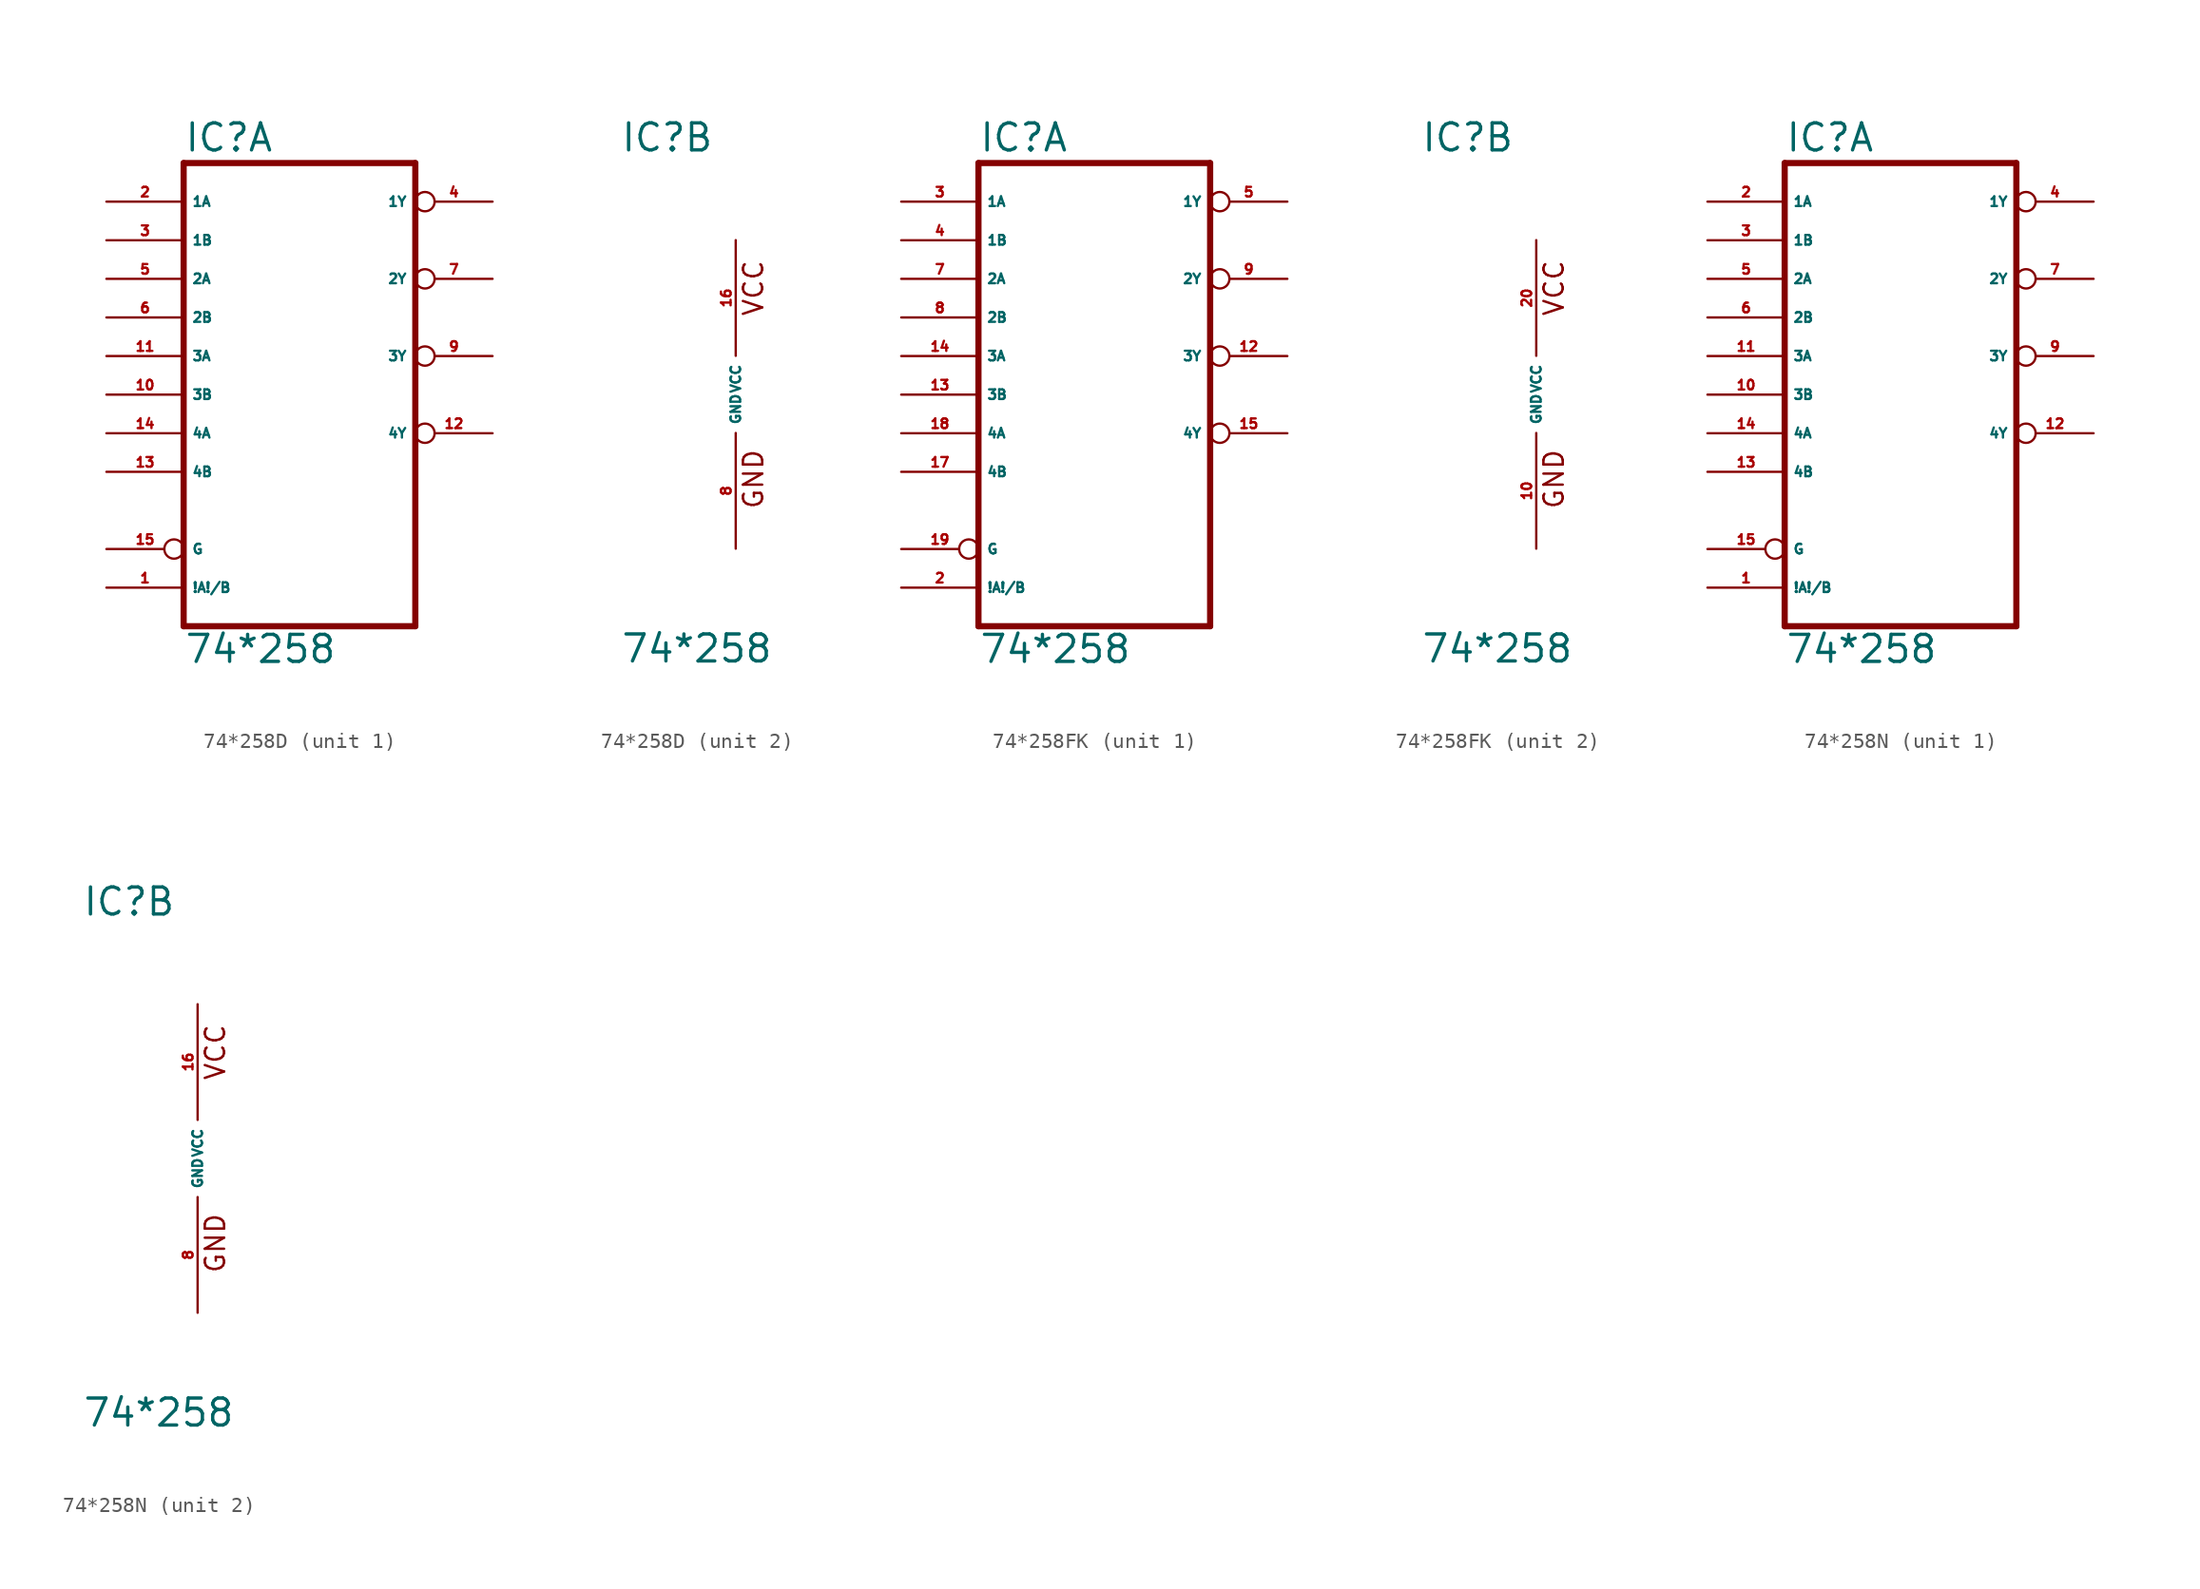
<source format=kicad_sym>
(kicad_symbol_lib
  (version 20220914)
  (generator Eagle2Kicad)
  (symbol "74*258D"
    (property "Reference" "IC"
      (at -7.62 15.875 0)
      (effects (font (size 1.778 1.778) (thickness 0.22)) (justify left bottom)))
    (property "Value" "74*258"
      (at -7.62 -17.78 0)
      (effects (font (size 1.778 1.778) (thickness 0.22)) (justify left bottom)))
    (symbol "74*258D_1_0"
      (polyline (pts (xy -7.62 -15.24) (xy 7.62 -15.24)) (stroke (width 0.406) (type default)) (fill (type none)))
      (polyline (pts (xy 7.62 -15.24) (xy 7.62 15.24)) (stroke (width 0.406) (type default)) (fill (type none)))
      (polyline (pts (xy 7.62 15.24) (xy -7.62 15.24)) (stroke (width 0.406) (type default)) (fill (type none)))
      (polyline (pts (xy -7.62 15.24) (xy -7.62 -15.24)) (stroke (width 0.406) (type default)) (fill (type none)))
      (pin input line (at -12.7 -12.7 0) (length 5.08) (name "!A!/B" (effects (font (size 0.635 0.635) (thickness 0.08)) (justify left bottom))) (number "1" (effects (font (size 0.635 0.635) (thickness 0.08)) (justify left bottom))))
      (pin input line (at -12.7 12.7 0) (length 5.08) (name "1A" (effects (font (size 0.635 0.635) (thickness 0.08)) (justify left bottom))) (number "2" (effects (font (size 0.635 0.635) (thickness 0.08)) (justify left bottom))))
      (pin input line (at -12.7 10.16 0) (length 5.08) (name "1B" (effects (font (size 0.635 0.635) (thickness 0.08)) (justify left bottom))) (number "3" (effects (font (size 0.635 0.635) (thickness 0.08)) (justify left bottom))))
      (pin tri_state inverted (at 12.7 12.7 180) (length 5.08) (name "1Y" (effects (font (size 0.635 0.635) (thickness 0.08)) (justify left bottom))) (number "4" (effects (font (size 0.635 0.635) (thickness 0.08)) (justify left bottom))))
      (pin input line (at -12.7 7.62 0) (length 5.08) (name "2A" (effects (font (size 0.635 0.635) (thickness 0.08)) (justify left bottom))) (number "5" (effects (font (size 0.635 0.635) (thickness 0.08)) (justify left bottom))))
      (pin input line (at -12.7 5.08 0) (length 5.08) (name "2B" (effects (font (size 0.635 0.635) (thickness 0.08)) (justify left bottom))) (number "6" (effects (font (size 0.635 0.635) (thickness 0.08)) (justify left bottom))))
      (pin tri_state inverted (at 12.7 7.62 180) (length 5.08) (name "2Y" (effects (font (size 0.635 0.635) (thickness 0.08)) (justify left bottom))) (number "7" (effects (font (size 0.635 0.635) (thickness 0.08)) (justify left bottom))))
      (pin tri_state inverted (at 12.7 2.54 180) (length 5.08) (name "3Y" (effects (font (size 0.635 0.635) (thickness 0.08)) (justify left bottom))) (number "9" (effects (font (size 0.635 0.635) (thickness 0.08)) (justify left bottom))))
      (pin input line (at -12.7 0 0) (length 5.08) (name "3B" (effects (font (size 0.635 0.635) (thickness 0.08)) (justify left bottom))) (number "10" (effects (font (size 0.635 0.635) (thickness 0.08)) (justify left bottom))))
      (pin input line (at -12.7 2.54 0) (length 5.08) (name "3A" (effects (font (size 0.635 0.635) (thickness 0.08)) (justify left bottom))) (number "11" (effects (font (size 0.635 0.635) (thickness 0.08)) (justify left bottom))))
      (pin tri_state inverted (at 12.7 -2.54 180) (length 5.08) (name "4Y" (effects (font (size 0.635 0.635) (thickness 0.08)) (justify left bottom))) (number "12" (effects (font (size 0.635 0.635) (thickness 0.08)) (justify left bottom))))
      (pin input line (at -12.7 -5.08 0) (length 5.08) (name "4B" (effects (font (size 0.635 0.635) (thickness 0.08)) (justify left bottom))) (number "13" (effects (font (size 0.635 0.635) (thickness 0.08)) (justify left bottom))))
      (pin input line (at -12.7 -2.54 0) (length 5.08) (name "4A" (effects (font (size 0.635 0.635) (thickness 0.08)) (justify left bottom))) (number "14" (effects (font (size 0.635 0.635) (thickness 0.08)) (justify left bottom))))
      (pin input inverted (at -12.7 -10.16 0) (length 5.08) (name "G" (effects (font (size 0.635 0.635) (thickness 0.08)) (justify left bottom))) (number "15" (effects (font (size 0.635 0.635) (thickness 0.08)) (justify left bottom)))))
    (symbol "74*258D_2_0"
      (text "GND" (at 1.905 -7.62 900) (effects (font (size 1.27 1.27) (thickness 0.16)) (justify left bottom)))
      (text "VCC" (at 1.905 5.08 900) (effects (font (size 1.27 1.27) (thickness 0.16)) (justify left bottom)))
      (pin unspecified line (at 0 -10.16 90) (length 7.62) (name "GND" (effects (font (size 0.635 0.635) (thickness 0.08)) (justify left bottom))) (number "8" (effects (font (size 0.635 0.635) (thickness 0.08)) (justify left bottom))))
      (pin unspecified line (at 0 10.16 270) (length 7.62) (name "VCC" (effects (font (size 0.635 0.635) (thickness 0.08)) (justify left bottom))) (number "16" (effects (font (size 0.635 0.635) (thickness 0.08)) (justify left bottom))))))
  (symbol "74*258FK"
    (property "Reference" "IC"
      (at -7.62 15.875 0)
      (effects (font (size 1.778 1.778) (thickness 0.22)) (justify left bottom)))
    (property "Value" "74*258"
      (at -7.62 -17.78 0)
      (effects (font (size 1.778 1.778) (thickness 0.22)) (justify left bottom)))
    (symbol "74*258FK_1_0"
      (polyline (pts (xy -7.62 -15.24) (xy 7.62 -15.24)) (stroke (width 0.406) (type default)) (fill (type none)))
      (polyline (pts (xy 7.62 -15.24) (xy 7.62 15.24)) (stroke (width 0.406) (type default)) (fill (type none)))
      (polyline (pts (xy 7.62 15.24) (xy -7.62 15.24)) (stroke (width 0.406) (type default)) (fill (type none)))
      (polyline (pts (xy -7.62 15.24) (xy -7.62 -15.24)) (stroke (width 0.406) (type default)) (fill (type none)))
      (pin input line (at -12.7 -12.7 0) (length 5.08) (name "!A!/B" (effects (font (size 0.635 0.635) (thickness 0.08)) (justify left bottom))) (number "2" (effects (font (size 0.635 0.635) (thickness 0.08)) (justify left bottom))))
      (pin input line (at -12.7 12.7 0) (length 5.08) (name "1A" (effects (font (size 0.635 0.635) (thickness 0.08)) (justify left bottom))) (number "3" (effects (font (size 0.635 0.635) (thickness 0.08)) (justify left bottom))))
      (pin input line (at -12.7 10.16 0) (length 5.08) (name "1B" (effects (font (size 0.635 0.635) (thickness 0.08)) (justify left bottom))) (number "4" (effects (font (size 0.635 0.635) (thickness 0.08)) (justify left bottom))))
      (pin tri_state inverted (at 12.7 12.7 180) (length 5.08) (name "1Y" (effects (font (size 0.635 0.635) (thickness 0.08)) (justify left bottom))) (number "5" (effects (font (size 0.635 0.635) (thickness 0.08)) (justify left bottom))))
      (pin input line (at -12.7 7.62 0) (length 5.08) (name "2A" (effects (font (size 0.635 0.635) (thickness 0.08)) (justify left bottom))) (number "7" (effects (font (size 0.635 0.635) (thickness 0.08)) (justify left bottom))))
      (pin input line (at -12.7 5.08 0) (length 5.08) (name "2B" (effects (font (size 0.635 0.635) (thickness 0.08)) (justify left bottom))) (number "8" (effects (font (size 0.635 0.635) (thickness 0.08)) (justify left bottom))))
      (pin tri_state inverted (at 12.7 7.62 180) (length 5.08) (name "2Y" (effects (font (size 0.635 0.635) (thickness 0.08)) (justify left bottom))) (number "9" (effects (font (size 0.635 0.635) (thickness 0.08)) (justify left bottom))))
      (pin tri_state inverted (at 12.7 2.54 180) (length 5.08) (name "3Y" (effects (font (size 0.635 0.635) (thickness 0.08)) (justify left bottom))) (number "12" (effects (font (size 0.635 0.635) (thickness 0.08)) (justify left bottom))))
      (pin input line (at -12.7 0 0) (length 5.08) (name "3B" (effects (font (size 0.635 0.635) (thickness 0.08)) (justify left bottom))) (number "13" (effects (font (size 0.635 0.635) (thickness 0.08)) (justify left bottom))))
      (pin input line (at -12.7 2.54 0) (length 5.08) (name "3A" (effects (font (size 0.635 0.635) (thickness 0.08)) (justify left bottom))) (number "14" (effects (font (size 0.635 0.635) (thickness 0.08)) (justify left bottom))))
      (pin tri_state inverted (at 12.7 -2.54 180) (length 5.08) (name "4Y" (effects (font (size 0.635 0.635) (thickness 0.08)) (justify left bottom))) (number "15" (effects (font (size 0.635 0.635) (thickness 0.08)) (justify left bottom))))
      (pin input line (at -12.7 -5.08 0) (length 5.08) (name "4B" (effects (font (size 0.635 0.635) (thickness 0.08)) (justify left bottom))) (number "17" (effects (font (size 0.635 0.635) (thickness 0.08)) (justify left bottom))))
      (pin input line (at -12.7 -2.54 0) (length 5.08) (name "4A" (effects (font (size 0.635 0.635) (thickness 0.08)) (justify left bottom))) (number "18" (effects (font (size 0.635 0.635) (thickness 0.08)) (justify left bottom))))
      (pin input inverted (at -12.7 -10.16 0) (length 5.08) (name "G" (effects (font (size 0.635 0.635) (thickness 0.08)) (justify left bottom))) (number "19" (effects (font (size 0.635 0.635) (thickness 0.08)) (justify left bottom)))))
    (symbol "74*258FK_2_0"
      (text "GND" (at 1.905 -7.62 900) (effects (font (size 1.27 1.27) (thickness 0.16)) (justify left bottom)))
      (text "VCC" (at 1.905 5.08 900) (effects (font (size 1.27 1.27) (thickness 0.16)) (justify left bottom)))
      (pin unspecified line (at 0 -10.16 90) (length 7.62) (name "GND" (effects (font (size 0.635 0.635) (thickness 0.08)) (justify left bottom))) (number "10" (effects (font (size 0.635 0.635) (thickness 0.08)) (justify left bottom))))
      (pin unspecified line (at 0 10.16 270) (length 7.62) (name "VCC" (effects (font (size 0.635 0.635) (thickness 0.08)) (justify left bottom))) (number "20" (effects (font (size 0.635 0.635) (thickness 0.08)) (justify left bottom))))))
  (symbol "74*258N"
    (property "Reference" "IC"
      (at -7.62 15.875 0)
      (effects (font (size 1.778 1.778) (thickness 0.22)) (justify left bottom)))
    (property "Value" "74*258"
      (at -7.62 -17.78 0)
      (effects (font (size 1.778 1.778) (thickness 0.22)) (justify left bottom)))
    (symbol "74*258N_1_0"
      (polyline (pts (xy -7.62 -15.24) (xy 7.62 -15.24)) (stroke (width 0.406) (type default)) (fill (type none)))
      (polyline (pts (xy 7.62 -15.24) (xy 7.62 15.24)) (stroke (width 0.406) (type default)) (fill (type none)))
      (polyline (pts (xy 7.62 15.24) (xy -7.62 15.24)) (stroke (width 0.406) (type default)) (fill (type none)))
      (polyline (pts (xy -7.62 15.24) (xy -7.62 -15.24)) (stroke (width 0.406) (type default)) (fill (type none)))
      (pin input line (at -12.7 -12.7 0) (length 5.08) (name "!A!/B" (effects (font (size 0.635 0.635) (thickness 0.08)) (justify left bottom))) (number "1" (effects (font (size 0.635 0.635) (thickness 0.08)) (justify left bottom))))
      (pin input line (at -12.7 12.7 0) (length 5.08) (name "1A" (effects (font (size 0.635 0.635) (thickness 0.08)) (justify left bottom))) (number "2" (effects (font (size 0.635 0.635) (thickness 0.08)) (justify left bottom))))
      (pin input line (at -12.7 10.16 0) (length 5.08) (name "1B" (effects (font (size 0.635 0.635) (thickness 0.08)) (justify left bottom))) (number "3" (effects (font (size 0.635 0.635) (thickness 0.08)) (justify left bottom))))
      (pin tri_state inverted (at 12.7 12.7 180) (length 5.08) (name "1Y" (effects (font (size 0.635 0.635) (thickness 0.08)) (justify left bottom))) (number "4" (effects (font (size 0.635 0.635) (thickness 0.08)) (justify left bottom))))
      (pin input line (at -12.7 7.62 0) (length 5.08) (name "2A" (effects (font (size 0.635 0.635) (thickness 0.08)) (justify left bottom))) (number "5" (effects (font (size 0.635 0.635) (thickness 0.08)) (justify left bottom))))
      (pin input line (at -12.7 5.08 0) (length 5.08) (name "2B" (effects (font (size 0.635 0.635) (thickness 0.08)) (justify left bottom))) (number "6" (effects (font (size 0.635 0.635) (thickness 0.08)) (justify left bottom))))
      (pin tri_state inverted (at 12.7 7.62 180) (length 5.08) (name "2Y" (effects (font (size 0.635 0.635) (thickness 0.08)) (justify left bottom))) (number "7" (effects (font (size 0.635 0.635) (thickness 0.08)) (justify left bottom))))
      (pin tri_state inverted (at 12.7 2.54 180) (length 5.08) (name "3Y" (effects (font (size 0.635 0.635) (thickness 0.08)) (justify left bottom))) (number "9" (effects (font (size 0.635 0.635) (thickness 0.08)) (justify left bottom))))
      (pin input line (at -12.7 0 0) (length 5.08) (name "3B" (effects (font (size 0.635 0.635) (thickness 0.08)) (justify left bottom))) (number "10" (effects (font (size 0.635 0.635) (thickness 0.08)) (justify left bottom))))
      (pin input line (at -12.7 2.54 0) (length 5.08) (name "3A" (effects (font (size 0.635 0.635) (thickness 0.08)) (justify left bottom))) (number "11" (effects (font (size 0.635 0.635) (thickness 0.08)) (justify left bottom))))
      (pin tri_state inverted (at 12.7 -2.54 180) (length 5.08) (name "4Y" (effects (font (size 0.635 0.635) (thickness 0.08)) (justify left bottom))) (number "12" (effects (font (size 0.635 0.635) (thickness 0.08)) (justify left bottom))))
      (pin input line (at -12.7 -5.08 0) (length 5.08) (name "4B" (effects (font (size 0.635 0.635) (thickness 0.08)) (justify left bottom))) (number "13" (effects (font (size 0.635 0.635) (thickness 0.08)) (justify left bottom))))
      (pin input line (at -12.7 -2.54 0) (length 5.08) (name "4A" (effects (font (size 0.635 0.635) (thickness 0.08)) (justify left bottom))) (number "14" (effects (font (size 0.635 0.635) (thickness 0.08)) (justify left bottom))))
      (pin input inverted (at -12.7 -10.16 0) (length 5.08) (name "G" (effects (font (size 0.635 0.635) (thickness 0.08)) (justify left bottom))) (number "15" (effects (font (size 0.635 0.635) (thickness 0.08)) (justify left bottom)))))
    (symbol "74*258N_2_0"
      (text "GND" (at 1.905 -7.62 900) (effects (font (size 1.27 1.27) (thickness 0.16)) (justify left bottom)))
      (text "VCC" (at 1.905 5.08 900) (effects (font (size 1.27 1.27) (thickness 0.16)) (justify left bottom)))
      (pin unspecified line (at 0 -10.16 90) (length 7.62) (name "GND" (effects (font (size 0.635 0.635) (thickness 0.08)) (justify left bottom))) (number "8" (effects (font (size 0.635 0.635) (thickness 0.08)) (justify left bottom))))
      (pin unspecified line (at 0 10.16 270) (length 7.62) (name "VCC" (effects (font (size 0.635 0.635) (thickness 0.08)) (justify left bottom))) (number "16" (effects (font (size 0.635 0.635) (thickness 0.08)) (justify left bottom)))))))
</source>
